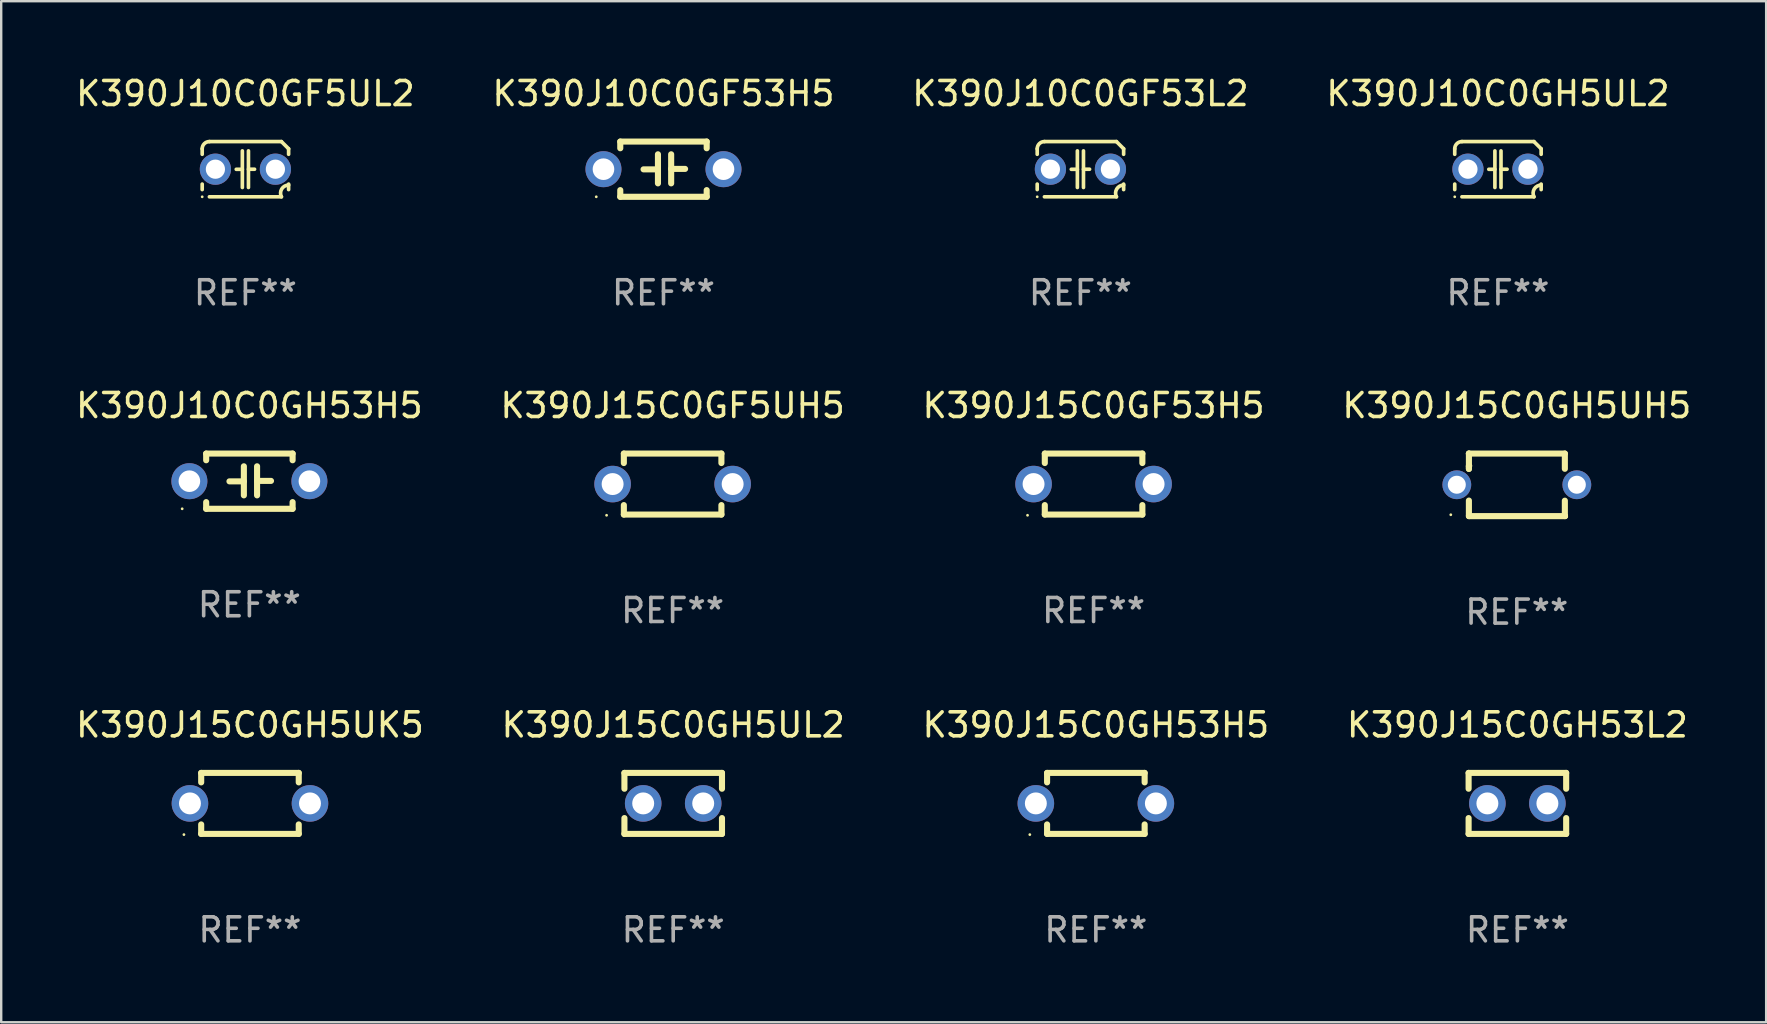
<source format=kicad_pcb>
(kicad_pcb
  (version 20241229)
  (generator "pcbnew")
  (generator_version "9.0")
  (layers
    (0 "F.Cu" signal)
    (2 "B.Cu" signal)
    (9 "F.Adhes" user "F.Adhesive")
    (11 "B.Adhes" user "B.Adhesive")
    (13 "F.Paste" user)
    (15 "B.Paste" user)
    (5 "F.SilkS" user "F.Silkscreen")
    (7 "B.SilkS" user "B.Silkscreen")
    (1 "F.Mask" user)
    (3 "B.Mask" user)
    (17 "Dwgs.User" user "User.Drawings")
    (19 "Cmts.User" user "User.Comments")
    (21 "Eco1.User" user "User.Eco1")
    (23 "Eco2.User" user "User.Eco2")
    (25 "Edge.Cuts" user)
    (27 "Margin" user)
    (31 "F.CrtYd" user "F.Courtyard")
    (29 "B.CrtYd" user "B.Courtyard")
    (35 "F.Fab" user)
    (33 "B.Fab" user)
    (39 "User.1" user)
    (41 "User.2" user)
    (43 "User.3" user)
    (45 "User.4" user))
  (footprint "K390J15C0GH53H5"
    (layer "F.Cu")
    (at 42.601 30.418)
    (property "Reference" "K390J15C0GH53H5" (at 0 -3.27 0) (layer "F.SilkS") (effects (font (size 1 1) (thickness 0.15))))
    (attr through_hole)
    (fp_line (start -2.032 -1.27) (end -2.032 -0.876) (stroke (width 0.254) (type solid)) (layer "F.SilkS"))
    (fp_line (start -2.032 0.876) (end -2.032 1.27) (stroke (width 0.254) (type solid)) (layer "F.SilkS"))
    (fp_line (start -2.032 1.27) (end 2.032 1.27) (stroke (width 0.254) (type solid)) (layer "F.SilkS"))
    (fp_line (start 2.032 -1.27) (end -2.032 -1.27) (stroke (width 0.254) (type solid)) (layer "F.SilkS"))
    (fp_line (start 2.032 -0.876) (end 2.032 -1.27) (stroke (width 0.254) (type solid)) (layer "F.SilkS"))
    (fp_line (start 2.032 1.27) (end 2.032 0.876) (stroke (width 0.254) (type solid)) (layer "F.SilkS"))
    (fp_circle (center -2.751 1.3) (end -2.721 1.3) (stroke (width 0.06) (type solid)) (fill no) (layer "F.SilkS"))
    (fp_text user "REF**" (at 0 5.27 0) (layer "F.Fab") (effects (font (size 1 1) (thickness 0.15))))
    (pad "1" thru_hole circle (at -2.5 0) (size 1.524 1.524) (drill 0.914) (layers "*.Cu" "*.Mask"))
    (pad "2" thru_hole circle (at 2.5 0) (size 1.524 1.524) (drill 0.914) (layers "*.Cu" "*.Mask")))
  (footprint "K390J10C0GH53H5"
    (layer "F.Cu")
    (at 7.339 16.995)
    (property "Reference" "K390J10C0GH53H5" (at 0 -3.15 0) (layer "F.SilkS") (effects (font (size 1 1) (thickness 0.15))))
    (attr through_hole)
    (fp_line (start -1.8 -1.15) (end -1.8 -0.872) (stroke (width 0.254) (type solid)) (layer "F.SilkS"))
    (fp_line (start -1.8 -1.15) (end 1.8 -1.15) (stroke (width 0.254) (type solid)) (layer "F.SilkS"))
    (fp_line (start -1.8 0.872) (end -1.8 1.15) (stroke (width 0.254) (type solid)) (layer "F.SilkS"))
    (fp_line (start -1.8 1.15) (end 1.8 1.15) (stroke (width 0.254) (type solid)) (layer "F.SilkS"))
    (fp_line (start -0.23 -0.62) (end -0.23 0.59) (stroke (width 0.254) (type solid)) (layer "F.SilkS"))
    (fp_line (start -0.23 0.007) (end -0.83 0.007) (stroke (width 0.254) (type solid)) (layer "F.SilkS"))
    (fp_line (start 0.32 -0.62) (end 0.32 0.59) (stroke (width 0.254) (type solid)) (layer "F.SilkS"))
    (fp_line (start 0.32 -0.012) (end 0.9 -0.012) (stroke (width 0.254) (type solid)) (layer "F.SilkS"))
    (fp_line (start 1.8 -1.15) (end 1.8 -0.872) (stroke (width 0.254) (type solid)) (layer "F.SilkS"))
    (fp_line (start 1.8 0.872) (end 1.8 1.15) (stroke (width 0.254) (type solid)) (layer "F.SilkS"))
    (fp_circle (center -2.8 1.15) (end -2.77 1.15) (stroke (width 0.06) (type solid)) (fill no) (layer "F.SilkS"))
    (fp_text user "REF**" (at 0 5.15 0) (layer "F.Fab") (effects (font (size 1 1) (thickness 0.15))))
    (pad "1" thru_hole circle (at -2.5 0) (size 1.5 1.5) (drill 0.9) (layers "*.Cu" "*.Mask"))
    (pad "2" thru_hole circle (at 2.5 0) (size 1.5 1.5) (drill 0.9) (layers "*.Cu" "*.Mask")))
  (footprint "K390J15C0GH53L2"
    (layer "F.Cu")
    (at 60.161 30.418)
    (property "Reference" "K390J15C0GH53L2" (at 0 -3.27 0) (layer "F.SilkS") (effects (font (size 1 1) (thickness 0.15))))
    (attr through_hole)
    (fp_line (start -2.032 -1.27) (end -2.032 -0.611) (stroke (width 0.254) (type solid)) (layer "F.SilkS"))
    (fp_line (start -2.032 0.611) (end -2.032 1.27) (stroke (width 0.254) (type solid)) (layer "F.SilkS"))
    (fp_line (start -2.032 1.27) (end 2.032 1.27) (stroke (width 0.254) (type solid)) (layer "F.SilkS"))
    (fp_line (start 2.032 -1.27) (end -2.032 -1.27) (stroke (width 0.254) (type solid)) (layer "F.SilkS"))
    (fp_line (start 2.032 -0.611) (end 2.032 -1.27) (stroke (width 0.254) (type solid)) (layer "F.SilkS"))
    (fp_line (start 2.032 1.27) (end 2.032 0.611) (stroke (width 0.254) (type solid)) (layer "F.SilkS"))
    (fp_circle (center -2 1.3) (end -1.97 1.3) (stroke (width 0.06) (type solid)) (fill no) (layer "F.SilkS"))
    (fp_text user "REF**" (at 0 5.27 0) (layer "F.Fab") (effects (font (size 1 1) (thickness 0.15))))
    (pad "1" thru_hole circle (at -1.25 0) (size 1.524 1.524) (drill 0.914) (layers "*.Cu" "*.Mask"))
    (pad "2" thru_hole circle (at 1.25 0) (size 1.524 1.524) (drill 0.914) (layers "*.Cu" "*.Mask")))
  (footprint "K390J15C0GH5UL2"
    (layer "F.Cu")
    (at 24.994 30.418)
    (property "Reference" "K390J15C0GH5UL2" (at 0 -3.27 0) (layer "F.SilkS") (effects (font (size 1 1) (thickness 0.15))))
    (attr through_hole)
    (fp_line (start -2.032 -1.27) (end -2.032 -0.611) (stroke (width 0.254) (type solid)) (layer "F.SilkS"))
    (fp_line (start -2.032 0.611) (end -2.032 1.27) (stroke (width 0.254) (type solid)) (layer "F.SilkS"))
    (fp_line (start -2.032 1.27) (end 2.032 1.27) (stroke (width 0.254) (type solid)) (layer "F.SilkS"))
    (fp_line (start 2.032 -1.27) (end -2.032 -1.27) (stroke (width 0.254) (type solid)) (layer "F.SilkS"))
    (fp_line (start 2.032 -0.611) (end 2.032 -1.27) (stroke (width 0.254) (type solid)) (layer "F.SilkS"))
    (fp_line (start 2.032 1.27) (end 2.032 0.611) (stroke (width 0.254) (type solid)) (layer "F.SilkS"))
    (fp_circle (center -2 1.3) (end -1.97 1.3) (stroke (width 0.06) (type solid)) (fill no) (layer "F.SilkS"))
    (fp_text user "REF**" (at 0 5.27 0) (layer "F.Fab") (effects (font (size 1 1) (thickness 0.15))))
    (pad "1" thru_hole circle (at -1.25 0) (size 1.524 1.524) (drill 0.914) (layers "*.Cu" "*.Mask"))
    (pad "2" thru_hole circle (at 1.25 0) (size 1.524 1.524) (drill 0.914) (layers "*.Cu" "*.Mask")))
  (footprint "K390J10C0GF5UL2"
    (layer "F.Cu")
    (at 7.173 3.998)
    (property "Reference" "K390J10C0GF5UL2" (at 0 -3.15 0) (layer "F.SilkS") (effects (font (size 1 1) (thickness 0.15))))
    (attr through_hole)
    (fp_line (start -1.8 -0.621) (end -1.8 -0.85) (stroke (width 0.152) (type solid)) (layer "F.SilkS"))
    (fp_line (start -1.8 0.85) (end -1.8 0.621) (stroke (width 0.152) (type solid)) (layer "F.SilkS"))
    (fp_line (start -1.5 -1.15) (end 1.5 -1.15) (stroke (width 0.152) (type solid)) (layer "F.SilkS"))
    (fp_line (start -0.127 -0.762) (end -0.127 0.762) (stroke (width 0.152) (type solid)) (layer "F.SilkS"))
    (fp_line (start -0.127 0.005) (end -0.381 0.005) (stroke (width 0.152) (type solid)) (layer "F.SilkS"))
    (fp_line (start 0.127 -0.762) (end 0.127 0.762) (stroke (width 0.152) (type solid)) (layer "F.SilkS"))
    (fp_line (start 0.127 0.002) (end 0.381 0.002) (stroke (width 0.152) (type solid)) (layer "F.SilkS"))
    (fp_line (start 1.5 1.15) (end -1.5 1.15) (stroke (width 0.152) (type solid)) (layer "F.SilkS"))
    (fp_line (start 1.8 -0.85) (end 1.8 -0.621) (stroke (width 0.152) (type solid)) (layer "F.SilkS"))
    (fp_line (start 1.8 0.621) (end 1.8 0.85) (stroke (width 0.152) (type solid)) (layer "F.SilkS"))
    (fp_arc (start -1.799975 -0.849987) (mid -1.712107 -1.062119) (end -1.499975 -1.149987) (stroke (width 0.151994) (type solid)) (layer "F.SilkS"))
    (fp_arc (start 1.499975 1.149987) (mid 1.513726 0.822359) (end 1.799975 0.662387) (stroke (width 0.151994) (type solid)) (layer "F.SilkS"))
    (fp_arc (start 1.500001 -1.149986) (mid 1.650015 -1.000001) (end 1.8 -0.849987) (stroke (width 0.151994) (type solid)) (layer "F.SilkS"))
    (fp_circle (center -1.8 1.15) (end -1.77 1.15) (stroke (width 0.06) (type solid)) (fill no) (layer "F.SilkS"))
    (fp_text user "REF**" (at 0 5.15 0) (layer "F.Fab") (effects (font (size 1 1) (thickness 0.15))))
    (pad "1" thru_hole circle (at -1.25 0) (size 1.3 1.3) (drill 0.8) (layers "*.Cu" "*.Mask"))
    (pad "2" thru_hole circle (at 1.25 0) (size 1.3 1.3) (drill 0.8) (layers "*.Cu" "*.Mask")))
  (footprint "K390J15C0GF53H5"
    (layer "F.Cu")
    (at 42.506 17.115)
    (property "Reference" "K390J15C0GF53H5" (at 0 -3.27 0) (layer "F.SilkS") (effects (font (size 1 1) (thickness 0.15))))
    (attr through_hole)
    (fp_line (start -2.032 -1.27) (end -2.032 -0.876) (stroke (width 0.254) (type solid)) (layer "F.SilkS"))
    (fp_line (start -2.032 0.876) (end -2.032 1.27) (stroke (width 0.254) (type solid)) (layer "F.SilkS"))
    (fp_line (start -2.032 1.27) (end 2.032 1.27) (stroke (width 0.254) (type solid)) (layer "F.SilkS"))
    (fp_line (start 2.032 -1.27) (end -2.032 -1.27) (stroke (width 0.254) (type solid)) (layer "F.SilkS"))
    (fp_line (start 2.032 -0.876) (end 2.032 -1.27) (stroke (width 0.254) (type solid)) (layer "F.SilkS"))
    (fp_line (start 2.032 1.27) (end 2.032 0.876) (stroke (width 0.254) (type solid)) (layer "F.SilkS"))
    (fp_circle (center -2.751 1.3) (end -2.721 1.3) (stroke (width 0.06) (type solid)) (fill no) (layer "F.SilkS"))
    (fp_text user "REF**" (at 0 5.27 0) (layer "F.Fab") (effects (font (size 1 1) (thickness 0.15))))
    (pad "1" thru_hole circle (at -2.5 0) (size 1.524 1.524) (drill 0.914) (layers "*.Cu" "*.Mask"))
    (pad "2" thru_hole circle (at 2.5 0) (size 1.524 1.524) (drill 0.914) (layers "*.Cu" "*.Mask")))
  (footprint "K390J15C0GH5UH5"
    (layer "F.Cu")
    (at 60.137 17.148)
    (property "Reference" "K390J15C0GH5UH5" (at 0 -3.303 0) (layer "F.SilkS") (effects (font (size 1 1) (thickness 0.15))))
    (attr through_hole)
    (fp_line (start -1.996 -0.782) (end -1.983 -0.795) (stroke (width 0.254) (type solid)) (layer "F.SilkS"))
    (fp_line (start -1.996 -0.665) (end -1.996 -0.782) (stroke (width 0.254) (type solid)) (layer "F.SilkS"))
    (fp_line (start -1.996 1.297) (end -1.996 0.655) (stroke (width 0.254) (type solid)) (layer "F.SilkS"))
    (fp_line (start -1.996 -1.303) (end 2.001 -1.303) (stroke (width 0.254) (type solid)) (layer "F.SilkS"))
    (fp_line (start -1.995 -1.303) (end -1.996 -1.303) (stroke (width 0.254) (type solid)) (layer "F.SilkS"))
    (fp_line (start -1.995 -0.664) (end -1.995 -1.303) (stroke (width 0.254) (type solid)) (layer "F.SilkS"))
    (fp_line (start -1.99 1.303) (end -1.996 1.297) (stroke (width 0.254) (type solid)) (layer "F.SilkS"))
    (fp_line (start 2.001 -1.303) (end 2.001 -0.669) (stroke (width 0.254) (type solid)) (layer "F.SilkS"))
    (fp_line (start 2.001 0.659) (end 2.001 1.297) (stroke (width 0.254) (type solid)) (layer "F.SilkS"))
    (fp_line (start 2.001 1.297) (end 2.008 1.303) (stroke (width 0.254) (type solid)) (layer "F.SilkS"))
    (fp_line (start 2.008 1.303) (end -1.99 1.303) (stroke (width 0.254) (type solid)) (layer "F.SilkS"))
    (fp_circle (center -2.75 1.245) (end -2.72 1.245) (stroke (width 0.06) (type solid)) (fill no) (layer "F.SilkS"))
    (fp_text user "REF**" (at 0 5.303 0) (layer "F.Fab") (effects (font (size 1 1) (thickness 0.15))))
    (pad "1" thru_hole circle (at -2.5 -0.005) (size 1.2 1.2) (drill 0.75) (layers "*.Cu" "*.Mask"))
    (pad "2" thru_hole circle (at 2.5 -0.005) (size 1.2 1.2) (drill 0.75) (layers "*.Cu" "*.Mask")))
  (footprint "K390J10C0GH5UL2"
    (layer "F.Cu")
    (at 59.351 3.998)
    (property "Reference" "K390J10C0GH5UL2" (at 0 -3.15 0) (layer "F.SilkS") (effects (font (size 1 1) (thickness 0.15))))
    (attr through_hole)
    (fp_line (start -1.8 -0.621) (end -1.8 -0.85) (stroke (width 0.152) (type solid)) (layer "F.SilkS"))
    (fp_line (start -1.8 0.85) (end -1.8 0.621) (stroke (width 0.152) (type solid)) (layer "F.SilkS"))
    (fp_line (start -1.5 -1.15) (end 1.5 -1.15) (stroke (width 0.152) (type solid)) (layer "F.SilkS"))
    (fp_line (start -0.127 -0.762) (end -0.127 0.762) (stroke (width 0.152) (type solid)) (layer "F.SilkS"))
    (fp_line (start -0.127 0.005) (end -0.381 0.005) (stroke (width 0.152) (type solid)) (layer "F.SilkS"))
    (fp_line (start 0.127 -0.762) (end 0.127 0.762) (stroke (width 0.152) (type solid)) (layer "F.SilkS"))
    (fp_line (start 0.127 0.002) (end 0.381 0.002) (stroke (width 0.152) (type solid)) (layer "F.SilkS"))
    (fp_line (start 1.5 1.15) (end -1.5 1.15) (stroke (width 0.152) (type solid)) (layer "F.SilkS"))
    (fp_line (start 1.8 -0.85) (end 1.8 -0.621) (stroke (width 0.152) (type solid)) (layer "F.SilkS"))
    (fp_line (start 1.8 0.621) (end 1.8 0.85) (stroke (width 0.152) (type solid)) (layer "F.SilkS"))
    (fp_arc (start -1.799975 -0.849987) (mid -1.712107 -1.062119) (end -1.499975 -1.149987) (stroke (width 0.151994) (type solid)) (layer "F.SilkS"))
    (fp_arc (start 1.499975 1.149987) (mid 1.513726 0.822359) (end 1.799975 0.662387) (stroke (width 0.151994) (type solid)) (layer "F.SilkS"))
    (fp_arc (start 1.500001 -1.149986) (mid 1.650015 -1.000001) (end 1.8 -0.849987) (stroke (width 0.151994) (type solid)) (layer "F.SilkS"))
    (fp_circle (center -1.8 1.15) (end -1.77 1.15) (stroke (width 0.06) (type solid)) (fill no) (layer "F.SilkS"))
    (fp_text user "REF**" (at 0 5.15 0) (layer "F.Fab") (effects (font (size 1 1) (thickness 0.15))))
    (pad "1" thru_hole circle (at -1.25 0) (size 1.3 1.3) (drill 0.8) (layers "*.Cu" "*.Mask"))
    (pad "2" thru_hole circle (at 1.25 0) (size 1.3 1.3) (drill 0.8) (layers "*.Cu" "*.Mask")))
  (footprint "K390J15C0GH5UK5"
    (layer "F.Cu")
    (at 7.363 30.418)
    (property "Reference" "K390J15C0GH5UK5" (at 0 -3.27 0) (layer "F.SilkS") (effects (font (size 1 1) (thickness 0.15))))
    (attr through_hole)
    (fp_line (start -2.032 -1.27) (end -2.032 -0.876) (stroke (width 0.254) (type solid)) (layer "F.SilkS"))
    (fp_line (start -2.032 0.876) (end -2.032 1.27) (stroke (width 0.254) (type solid)) (layer "F.SilkS"))
    (fp_line (start -2.032 1.27) (end 2.032 1.27) (stroke (width 0.254) (type solid)) (layer "F.SilkS"))
    (fp_line (start 2.032 -1.27) (end -2.032 -1.27) (stroke (width 0.254) (type solid)) (layer "F.SilkS"))
    (fp_line (start 2.032 -0.876) (end 2.032 -1.27) (stroke (width 0.254) (type solid)) (layer "F.SilkS"))
    (fp_line (start 2.032 1.27) (end 2.032 0.876) (stroke (width 0.254) (type solid)) (layer "F.SilkS"))
    (fp_circle (center -2.751 1.3) (end -2.721 1.3) (stroke (width 0.06) (type solid)) (fill no) (layer "F.SilkS"))
    (fp_text user "REF**" (at 0 5.27 0) (layer "F.Fab") (effects (font (size 1 1) (thickness 0.15))))
    (pad "1" thru_hole circle (at -2.5 0) (size 1.524 1.524) (drill 0.914) (layers "*.Cu" "*.Mask"))
    (pad "2" thru_hole circle (at 2.5 0) (size 1.524 1.524) (drill 0.914) (layers "*.Cu" "*.Mask")))
  (footprint "K390J15C0GF5UH5"
    (layer "F.Cu")
    (at 24.97 17.115)
    (property "Reference" "K390J15C0GF5UH5" (at 0 -3.27 0) (layer "F.SilkS") (effects (font (size 1 1) (thickness 0.15))))
    (attr through_hole)
    (fp_line (start -2.032 -1.27) (end -2.032 -0.876) (stroke (width 0.254) (type solid)) (layer "F.SilkS"))
    (fp_line (start -2.032 0.876) (end -2.032 1.27) (stroke (width 0.254) (type solid)) (layer "F.SilkS"))
    (fp_line (start -2.032 1.27) (end 2.032 1.27) (stroke (width 0.254) (type solid)) (layer "F.SilkS"))
    (fp_line (start 2.032 -1.27) (end -2.032 -1.27) (stroke (width 0.254) (type solid)) (layer "F.SilkS"))
    (fp_line (start 2.032 -0.876) (end 2.032 -1.27) (stroke (width 0.254) (type solid)) (layer "F.SilkS"))
    (fp_line (start 2.032 1.27) (end 2.032 0.876) (stroke (width 0.254) (type solid)) (layer "F.SilkS"))
    (fp_circle (center -2.751 1.3) (end -2.721 1.3) (stroke (width 0.06) (type solid)) (fill no) (layer "F.SilkS"))
    (fp_text user "REF**" (at 0 5.27 0) (layer "F.Fab") (effects (font (size 1 1) (thickness 0.15))))
    (pad "1" thru_hole circle (at -2.5 0) (size 1.524 1.524) (drill 0.914) (layers "*.Cu" "*.Mask"))
    (pad "2" thru_hole circle (at 2.5 0) (size 1.524 1.524) (drill 0.914) (layers "*.Cu" "*.Mask")))
  (footprint "K390J10C0GF53L2"
    (layer "F.Cu")
    (at 41.958 3.998)
    (property "Reference" "K390J10C0GF53L2" (at 0 -3.15 0) (layer "F.SilkS") (effects (font (size 1 1) (thickness 0.15))))
    (attr through_hole)
    (fp_line (start -1.8 -0.621) (end -1.8 -0.85) (stroke (width 0.152) (type solid)) (layer "F.SilkS"))
    (fp_line (start -1.8 0.85) (end -1.8 0.621) (stroke (width 0.152) (type solid)) (layer "F.SilkS"))
    (fp_line (start -1.5 -1.15) (end 1.5 -1.15) (stroke (width 0.152) (type solid)) (layer "F.SilkS"))
    (fp_line (start -0.127 -0.762) (end -0.127 0.762) (stroke (width 0.152) (type solid)) (layer "F.SilkS"))
    (fp_line (start -0.127 0.005) (end -0.381 0.005) (stroke (width 0.152) (type solid)) (layer "F.SilkS"))
    (fp_line (start 0.127 -0.762) (end 0.127 0.762) (stroke (width 0.152) (type solid)) (layer "F.SilkS"))
    (fp_line (start 0.127 0.002) (end 0.381 0.002) (stroke (width 0.152) (type solid)) (layer "F.SilkS"))
    (fp_line (start 1.5 1.15) (end -1.5 1.15) (stroke (width 0.152) (type solid)) (layer "F.SilkS"))
    (fp_line (start 1.8 -0.85) (end 1.8 -0.621) (stroke (width 0.152) (type solid)) (layer "F.SilkS"))
    (fp_line (start 1.8 0.621) (end 1.8 0.85) (stroke (width 0.152) (type solid)) (layer "F.SilkS"))
    (fp_arc (start -1.799975 -0.849987) (mid -1.712107 -1.062119) (end -1.499975 -1.149987) (stroke (width 0.151994) (type solid)) (layer "F.SilkS"))
    (fp_arc (start 1.499975 1.149987) (mid 1.513726 0.822359) (end 1.799975 0.662387) (stroke (width 0.151994) (type solid)) (layer "F.SilkS"))
    (fp_arc (start 1.500001 -1.149986) (mid 1.650015 -1.000001) (end 1.8 -0.849987) (stroke (width 0.151994) (type solid)) (layer "F.SilkS"))
    (fp_circle (center -1.8 1.15) (end -1.77 1.15) (stroke (width 0.06) (type solid)) (fill no) (layer "F.SilkS"))
    (fp_text user "REF**" (at 0 5.15 0) (layer "F.Fab") (effects (font (size 1 1) (thickness 0.15))))
    (pad "1" thru_hole circle (at -1.25 0) (size 1.3 1.3) (drill 0.8) (layers "*.Cu" "*.Mask"))
    (pad "2" thru_hole circle (at 1.25 0) (size 1.3 1.3) (drill 0.8) (layers "*.Cu" "*.Mask")))
  (footprint "K390J10C0GF53H5"
    (layer "F.Cu")
    (at 24.589 3.998)
    (property "Reference" "K390J10C0GF53H5" (at 0 -3.15 0) (layer "F.SilkS") (effects (font (size 1 1) (thickness 0.15))))
    (attr through_hole)
    (fp_line (start -1.8 -1.15) (end -1.8 -0.872) (stroke (width 0.254) (type solid)) (layer "F.SilkS"))
    (fp_line (start -1.8 -1.15) (end 1.8 -1.15) (stroke (width 0.254) (type solid)) (layer "F.SilkS"))
    (fp_line (start -1.8 0.872) (end -1.8 1.15) (stroke (width 0.254) (type solid)) (layer "F.SilkS"))
    (fp_line (start -1.8 1.15) (end 1.8 1.15) (stroke (width 0.254) (type solid)) (layer "F.SilkS"))
    (fp_line (start -0.23 -0.62) (end -0.23 0.59) (stroke (width 0.254) (type solid)) (layer "F.SilkS"))
    (fp_line (start -0.23 0.007) (end -0.83 0.007) (stroke (width 0.254) (type solid)) (layer "F.SilkS"))
    (fp_line (start 0.32 -0.62) (end 0.32 0.59) (stroke (width 0.254) (type solid)) (layer "F.SilkS"))
    (fp_line (start 0.32 -0.012) (end 0.9 -0.012) (stroke (width 0.254) (type solid)) (layer "F.SilkS"))
    (fp_line (start 1.8 -1.15) (end 1.8 -0.872) (stroke (width 0.254) (type solid)) (layer "F.SilkS"))
    (fp_line (start 1.8 0.872) (end 1.8 1.15) (stroke (width 0.254) (type solid)) (layer "F.SilkS"))
    (fp_circle (center -2.8 1.15) (end -2.77 1.15) (stroke (width 0.06) (type solid)) (fill no) (layer "F.SilkS"))
    (fp_text user "REF**" (at 0 5.15 0) (layer "F.Fab") (effects (font (size 1 1) (thickness 0.15))))
    (pad "1" thru_hole circle (at -2.5 0) (size 1.5 1.5) (drill 0.9) (layers "*.Cu" "*.Mask"))
    (pad "2" thru_hole circle (at 2.5 0) (size 1.5 1.5) (drill 0.9) (layers "*.Cu" "*.Mask")))
  (gr_rect
    (start -3 -3)
    (end 70.524 39.536)
    (stroke (width 0.1) (type default))
    (fill no)
    (layer "Edge.Cuts")))
</source>
